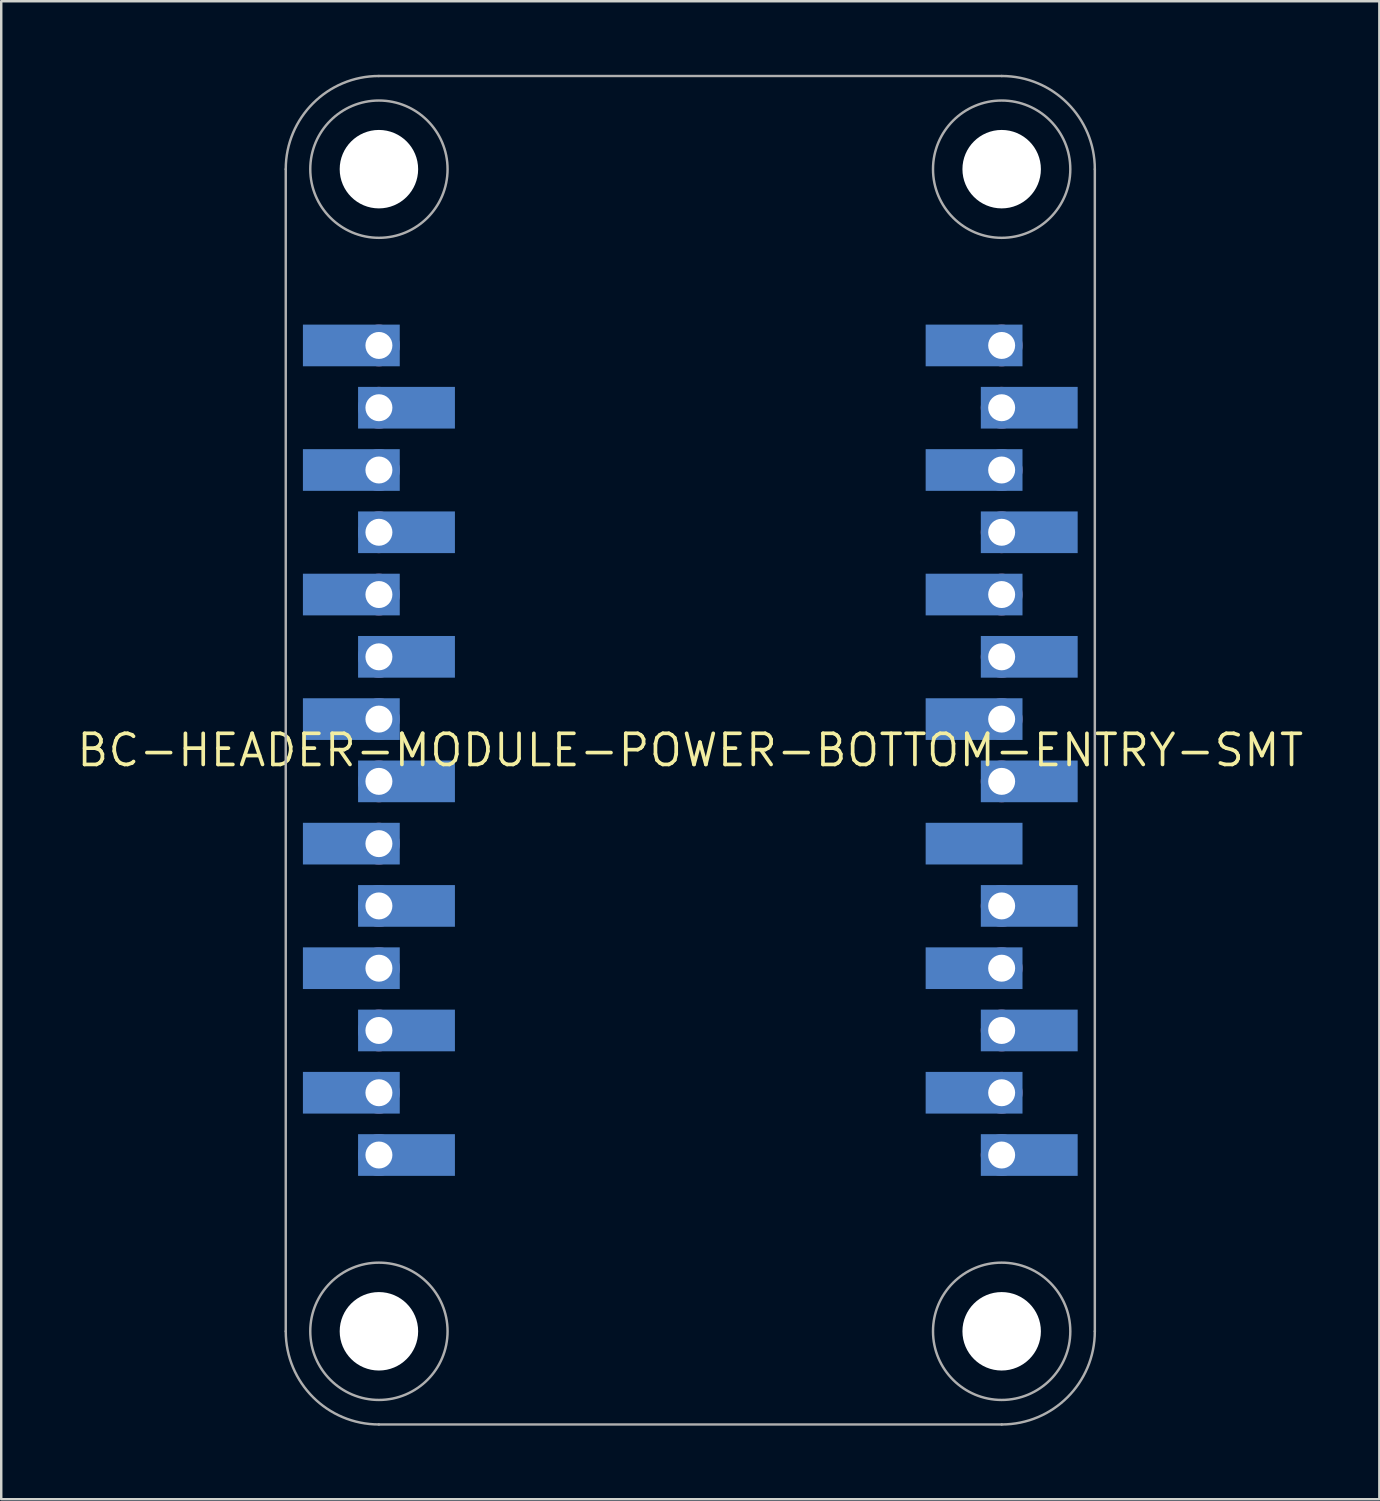
<source format=kicad_pcb>
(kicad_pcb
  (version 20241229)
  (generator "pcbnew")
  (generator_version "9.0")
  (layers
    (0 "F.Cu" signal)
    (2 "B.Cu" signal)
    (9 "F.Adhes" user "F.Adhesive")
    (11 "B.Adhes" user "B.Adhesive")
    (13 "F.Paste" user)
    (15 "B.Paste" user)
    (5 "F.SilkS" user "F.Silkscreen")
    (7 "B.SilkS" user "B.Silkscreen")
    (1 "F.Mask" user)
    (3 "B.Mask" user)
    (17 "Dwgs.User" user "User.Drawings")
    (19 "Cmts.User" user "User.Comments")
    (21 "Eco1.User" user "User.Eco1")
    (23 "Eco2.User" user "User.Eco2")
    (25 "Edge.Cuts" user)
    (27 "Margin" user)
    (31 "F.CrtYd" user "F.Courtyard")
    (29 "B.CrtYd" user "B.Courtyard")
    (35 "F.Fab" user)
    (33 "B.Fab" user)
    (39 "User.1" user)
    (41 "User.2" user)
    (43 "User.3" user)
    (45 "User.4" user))
  (footprint "BC-HEADER-MODULE-POWER-BOTTOM-ENTRY-SMT"
    (layer "F.Cu")
    (at 25.105 27.55)
    (property "Reference" "BC-HEADER-MODULE-POWER-BOTTOM-ENTRY-SMT" (at 0 0 0) (unlocked yes) (layer "F.SilkS") (effects (font (size 1.27 1.27) (thickness 0.15))))
    (fp_circle (center -12.7 -16.51) (end -12.225 -16.51) (stroke (width 0.95) (type solid)) (fill yes) (layer "F.Mask"))
    (fp_circle (center -12.7 -13.97) (end -12.225 -13.97) (stroke (width 0.95) (type solid)) (fill yes) (layer "F.Mask"))
    (fp_circle (center -12.7 -11.43) (end -12.225 -11.43) (stroke (width 0.95) (type solid)) (fill yes) (layer "F.Mask"))
    (fp_circle (center -12.7 -8.89) (end -12.225 -8.89) (stroke (width 0.95) (type solid)) (fill yes) (layer "F.Mask"))
    (fp_circle (center -12.7 -6.35) (end -12.225 -6.35) (stroke (width 0.95) (type solid)) (fill yes) (layer "F.Mask"))
    (fp_circle (center -12.7 -3.81) (end -12.225 -3.81) (stroke (width 0.95) (type solid)) (fill yes) (layer "F.Mask"))
    (fp_circle (center -12.7 -1.27) (end -12.225 -1.27) (stroke (width 0.95) (type solid)) (fill yes) (layer "F.Mask"))
    (fp_circle (center -12.7 1.27) (end -12.225 1.27) (stroke (width 0.95) (type solid)) (fill yes) (layer "F.Mask"))
    (fp_circle (center -12.7 3.81) (end -12.225 3.81) (stroke (width 0.95) (type solid)) (fill yes) (layer "F.Mask"))
    (fp_circle (center -12.7 6.35) (end -12.225 6.35) (stroke (width 0.95) (type solid)) (fill yes) (layer "F.Mask"))
    (fp_circle (center -12.7 8.89) (end -12.225 8.89) (stroke (width 0.95) (type solid)) (fill yes) (layer "F.Mask"))
    (fp_circle (center -12.7 11.43) (end -12.225 11.43) (stroke (width 0.95) (type solid)) (fill yes) (layer "F.Mask"))
    (fp_circle (center -12.7 13.97) (end -12.225 13.97) (stroke (width 0.95) (type solid)) (fill yes) (layer "F.Mask"))
    (fp_circle (center -12.7 16.51) (end -12.225 16.51) (stroke (width 0.95) (type solid)) (fill yes) (layer "F.Mask"))
    (fp_circle (center 12.7 -16.51) (end 13.175 -16.51) (stroke (width 0.95) (type solid)) (fill yes) (layer "F.Mask"))
    (fp_circle (center 12.7 -13.97) (end 13.175 -13.97) (stroke (width 0.95) (type solid)) (fill yes) (layer "F.Mask"))
    (fp_circle (center 12.7 -11.43) (end 13.175 -11.43) (stroke (width 0.95) (type solid)) (fill yes) (layer "F.Mask"))
    (fp_circle (center 12.7 -8.89) (end 13.175 -8.89) (stroke (width 0.95) (type solid)) (fill yes) (layer "F.Mask"))
    (fp_circle (center 12.7 -6.35) (end 13.175 -6.35) (stroke (width 0.95) (type solid)) (fill yes) (layer "F.Mask"))
    (fp_circle (center 12.7 -3.81) (end 13.175 -3.81) (stroke (width 0.95) (type solid)) (fill yes) (layer "F.Mask"))
    (fp_circle (center 12.7 -1.27) (end 13.175 -1.27) (stroke (width 0.95) (type solid)) (fill yes) (layer "F.Mask"))
    (fp_circle (center 12.7 1.27) (end 13.175 1.27) (stroke (width 0.95) (type solid)) (fill yes) (layer "F.Mask"))
    (fp_circle (center 12.7 6.35) (end 13.175 6.35) (stroke (width 0.95) (type solid)) (fill yes) (layer "F.Mask"))
    (fp_circle (center 12.7 8.89) (end 13.175 8.89) (stroke (width 0.95) (type solid)) (fill yes) (layer "F.Mask"))
    (fp_circle (center 12.7 11.43) (end 13.175 11.43) (stroke (width 0.95) (type solid)) (fill yes) (layer "F.Mask"))
    (fp_circle (center 12.7 13.97) (end 13.175 13.97) (stroke (width 0.95) (type solid)) (fill yes) (layer "F.Mask"))
    (fp_circle (center 12.7 16.51) (end 13.175 16.51) (stroke (width 0.95) (type solid)) (fill yes) (layer "F.Mask"))
    (fp_poly (pts (xy -11.85 -15.66) (xy -15.8 -15.66) (xy -15.8 -17.36) (xy -11.85 -17.36)) (stroke (width 0) (type default)) (fill yes) (layer "B.Cu"))
    (fp_poly (pts (xy -11.85 -10.58) (xy -15.8 -10.58) (xy -15.8 -12.28) (xy -11.85 -12.28)) (stroke (width 0) (type default)) (fill yes) (layer "B.Cu"))
    (fp_poly (pts (xy -11.85 -5.5) (xy -15.8 -5.5) (xy -15.8 -7.2) (xy -11.85 -7.2)) (stroke (width 0) (type default)) (fill yes) (layer "B.Cu"))
    (fp_poly (pts (xy -11.85 -0.42) (xy -15.8 -0.42) (xy -15.8 -2.12) (xy -11.85 -2.12)) (stroke (width 0) (type default)) (fill yes) (layer "B.Cu"))
    (fp_poly (pts (xy -11.85 4.66) (xy -15.8 4.66) (xy -15.8 2.96) (xy -11.85 2.96)) (stroke (width 0) (type default)) (fill yes) (layer "B.Cu"))
    (fp_poly (pts (xy -11.85 9.74) (xy -15.8 9.74) (xy -15.8 8.04) (xy -11.85 8.04)) (stroke (width 0) (type default)) (fill yes) (layer "B.Cu"))
    (fp_poly (pts (xy -11.85 14.82) (xy -15.8 14.82) (xy -15.8 13.12) (xy -11.85 13.12)) (stroke (width 0) (type default)) (fill yes) (layer "B.Cu"))
    (fp_poly (pts (xy -9.6 -13.12) (xy -13.55 -13.12) (xy -13.55 -14.82) (xy -9.6 -14.82)) (stroke (width 0) (type default)) (fill yes) (layer "B.Cu"))
    (fp_poly (pts (xy -9.6 -8.04) (xy -13.55 -8.04) (xy -13.55 -9.74) (xy -9.6 -9.74)) (stroke (width 0) (type default)) (fill yes) (layer "B.Cu"))
    (fp_poly (pts (xy -9.6 -2.96) (xy -13.55 -2.96) (xy -13.55 -4.66) (xy -9.6 -4.66)) (stroke (width 0) (type default)) (fill yes) (layer "B.Cu"))
    (fp_poly (pts (xy -9.6 2.12) (xy -13.55 2.12) (xy -13.55 0.42) (xy -9.6 0.42)) (stroke (width 0) (type default)) (fill yes) (layer "B.Cu"))
    (fp_poly (pts (xy -9.6 7.2) (xy -13.55 7.2) (xy -13.55 5.5) (xy -9.6 5.5)) (stroke (width 0) (type default)) (fill yes) (layer "B.Cu"))
    (fp_poly (pts (xy -9.6 12.28) (xy -13.55 12.28) (xy -13.55 10.58) (xy -9.6 10.58)) (stroke (width 0) (type default)) (fill yes) (layer "B.Cu"))
    (fp_poly (pts (xy -9.6 17.36) (xy -13.55 17.36) (xy -13.55 15.66) (xy -9.6 15.66)) (stroke (width 0) (type default)) (fill yes) (layer "B.Cu"))
    (fp_poly (pts (xy 13.55 -15.66) (xy 9.6 -15.66) (xy 9.6 -17.36) (xy 13.55 -17.36)) (stroke (width 0) (type default)) (fill yes) (layer "B.Cu"))
    (fp_poly (pts (xy 13.55 -10.58) (xy 9.6 -10.58) (xy 9.6 -12.28) (xy 13.55 -12.28)) (stroke (width 0) (type default)) (fill yes) (layer "B.Cu"))
    (fp_poly (pts (xy 13.55 -5.5) (xy 9.6 -5.5) (xy 9.6 -7.2) (xy 13.55 -7.2)) (stroke (width 0) (type default)) (fill yes) (layer "B.Cu"))
    (fp_poly (pts (xy 13.55 -0.42) (xy 9.6 -0.42) (xy 9.6 -2.12) (xy 13.55 -2.12)) (stroke (width 0) (type default)) (fill yes) (layer "B.Cu"))
    (fp_poly (pts (xy 13.55 4.66) (xy 9.6 4.66) (xy 9.6 2.96) (xy 13.55 2.96)) (stroke (width 0) (type default)) (fill yes) (layer "B.Cu"))
    (fp_poly (pts (xy 13.55 9.74) (xy 9.6 9.74) (xy 9.6 8.04) (xy 13.55 8.04)) (stroke (width 0) (type default)) (fill yes) (layer "B.Cu"))
    (fp_poly (pts (xy 13.55 14.82) (xy 9.6 14.82) (xy 9.6 13.12) (xy 13.55 13.12)) (stroke (width 0) (type default)) (fill yes) (layer "B.Cu"))
    (fp_poly (pts (xy 15.8 -13.12) (xy 11.85 -13.12) (xy 11.85 -14.82) (xy 15.8 -14.82)) (stroke (width 0) (type default)) (fill yes) (layer "B.Cu"))
    (fp_poly (pts (xy 15.8 -8.04) (xy 11.85 -8.04) (xy 11.85 -9.74) (xy 15.8 -9.74)) (stroke (width 0) (type default)) (fill yes) (layer "B.Cu"))
    (fp_poly (pts (xy 15.8 -2.96) (xy 11.85 -2.96) (xy 11.85 -4.66) (xy 15.8 -4.66)) (stroke (width 0) (type default)) (fill yes) (layer "B.Cu"))
    (fp_poly (pts (xy 15.8 2.12) (xy 11.85 2.12) (xy 11.85 0.42) (xy 15.8 0.42)) (stroke (width 0) (type default)) (fill yes) (layer "B.Cu"))
    (fp_poly (pts (xy 15.8 7.2) (xy 11.85 7.2) (xy 11.85 5.5) (xy 15.8 5.5)) (stroke (width 0) (type default)) (fill yes) (layer "B.Cu"))
    (fp_poly (pts (xy 15.8 12.28) (xy 11.85 12.28) (xy 11.85 10.58) (xy 15.8 10.58)) (stroke (width 0) (type default)) (fill yes) (layer "B.Cu"))
    (fp_poly (pts (xy 15.8 17.36) (xy 11.85 17.36) (xy 11.85 15.66) (xy 15.8 15.66)) (stroke (width 0) (type default)) (fill yes) (layer "B.Cu"))
    (fp_circle (center -12.7 -16.51) (end -12.375 -16.51) (stroke (width 0.65) (type solid)) (fill yes) (layer "B.Mask"))
    (fp_circle (center -12.7 -13.97) (end -12.375 -13.97) (stroke (width 0.65) (type solid)) (fill yes) (layer "B.Mask"))
    (fp_circle (center -12.7 -11.43) (end -12.375 -11.43) (stroke (width 0.65) (type solid)) (fill yes) (layer "B.Mask"))
    (fp_circle (center -12.7 -8.89) (end -12.375 -8.89) (stroke (width 0.65) (type solid)) (fill yes) (layer "B.Mask"))
    (fp_circle (center -12.7 -6.35) (end -12.375 -6.35) (stroke (width 0.65) (type solid)) (fill yes) (layer "B.Mask"))
    (fp_circle (center -12.7 -3.81) (end -12.375 -3.81) (stroke (width 0.65) (type solid)) (fill yes) (layer "B.Mask"))
    (fp_circle (center -12.7 -1.27) (end -12.375 -1.27) (stroke (width 0.65) (type solid)) (fill yes) (layer "B.Mask"))
    (fp_circle (center -12.7 1.27) (end -12.375 1.27) (stroke (width 0.65) (type solid)) (fill yes) (layer "B.Mask"))
    (fp_circle (center -12.7 3.81) (end -12.375 3.81) (stroke (width 0.65) (type solid)) (fill yes) (layer "B.Mask"))
    (fp_circle (center -12.7 6.35) (end -12.375 6.35) (stroke (width 0.65) (type solid)) (fill yes) (layer "B.Mask"))
    (fp_circle (center -12.7 8.89) (end -12.375 8.89) (stroke (width 0.65) (type solid)) (fill yes) (layer "B.Mask"))
    (fp_circle (center -12.7 11.43) (end -12.375 11.43) (stroke (width 0.65) (type solid)) (fill yes) (layer "B.Mask"))
    (fp_circle (center -12.7 13.97) (end -12.375 13.97) (stroke (width 0.65) (type solid)) (fill yes) (layer "B.Mask"))
    (fp_circle (center -12.7 16.51) (end -12.375 16.51) (stroke (width 0.65) (type solid)) (fill yes) (layer "B.Mask"))
    (fp_circle (center 12.7 -16.51) (end 13.025 -16.51) (stroke (width 0.65) (type solid)) (fill yes) (layer "B.Mask"))
    (fp_circle (center 12.7 -13.97) (end 13.025 -13.97) (stroke (width 0.65) (type solid)) (fill yes) (layer "B.Mask"))
    (fp_circle (center 12.7 -11.43) (end 13.025 -11.43) (stroke (width 0.65) (type solid)) (fill yes) (layer "B.Mask"))
    (fp_circle (center 12.7 -8.89) (end 13.025 -8.89) (stroke (width 0.65) (type solid)) (fill yes) (layer "B.Mask"))
    (fp_circle (center 12.7 -6.35) (end 13.025 -6.35) (stroke (width 0.65) (type solid)) (fill yes) (layer "B.Mask"))
    (fp_circle (center 12.7 -3.81) (end 13.025 -3.81) (stroke (width 0.65) (type solid)) (fill yes) (layer "B.Mask"))
    (fp_circle (center 12.7 -1.27) (end 13.025 -1.27) (stroke (width 0.65) (type solid)) (fill yes) (layer "B.Mask"))
    (fp_circle (center 12.7 1.27) (end 13.025 1.27) (stroke (width 0.65) (type solid)) (fill yes) (layer "B.Mask"))
    (fp_circle (center 12.7 3.81) (end 13.025 3.81) (stroke (width 0.65) (type solid)) (fill yes) (layer "B.Mask"))
    (fp_circle (center 12.7 6.35) (end 13.025 6.35) (stroke (width 0.65) (type solid)) (fill yes) (layer "B.Mask"))
    (fp_circle (center 12.7 8.89) (end 13.025 8.89) (stroke (width 0.65) (type solid)) (fill yes) (layer "B.Mask"))
    (fp_circle (center 12.7 11.43) (end 13.025 11.43) (stroke (width 0.65) (type solid)) (fill yes) (layer "B.Mask"))
    (fp_circle (center 12.7 13.97) (end 13.025 13.97) (stroke (width 0.65) (type solid)) (fill yes) (layer "B.Mask"))
    (fp_circle (center 12.7 16.51) (end 13.025 16.51) (stroke (width 0.65) (type solid)) (fill yes) (layer "B.Mask"))
    (fp_poly (pts (xy -15.9 -15.56) (xy -13.5 -15.56) (xy -13.5 -17.46) (xy -15.9 -17.46)) (stroke (width 0) (type default)) (fill yes) (layer "B.Mask"))
    (fp_poly (pts (xy -15.9 -10.48) (xy -13.5 -10.48) (xy -13.5 -12.38) (xy -15.9 -12.38)) (stroke (width 0) (type default)) (fill yes) (layer "B.Mask"))
    (fp_poly (pts (xy -15.9 -5.4) (xy -13.5 -5.4) (xy -13.5 -7.3) (xy -15.9 -7.3)) (stroke (width 0) (type default)) (fill yes) (layer "B.Mask"))
    (fp_poly (pts (xy -15.9 -0.32) (xy -13.5 -0.32) (xy -13.5 -2.22) (xy -15.9 -2.22)) (stroke (width 0) (type default)) (fill yes) (layer "B.Mask"))
    (fp_poly (pts (xy -15.9 4.76) (xy -13.5 4.76) (xy -13.5 2.86) (xy -15.9 2.86)) (stroke (width 0) (type default)) (fill yes) (layer "B.Mask"))
    (fp_poly (pts (xy -15.9 9.84) (xy -13.5 9.84) (xy -13.5 7.94) (xy -15.9 7.94)) (stroke (width 0) (type default)) (fill yes) (layer "B.Mask"))
    (fp_poly (pts (xy -15.9 14.92) (xy -13.5 14.92) (xy -13.5 13.02) (xy -15.9 13.02)) (stroke (width 0) (type default)) (fill yes) (layer "B.Mask"))
    (fp_poly (pts (xy -9.5 -14.92) (xy -11.9 -14.92) (xy -11.9 -13.02) (xy -9.5 -13.02)) (stroke (width 0) (type default)) (fill yes) (layer "B.Mask"))
    (fp_poly (pts (xy -9.5 -9.84) (xy -11.9 -9.84) (xy -11.9 -7.94) (xy -9.5 -7.94)) (stroke (width 0) (type default)) (fill yes) (layer "B.Mask"))
    (fp_poly (pts (xy -9.5 -4.76) (xy -11.9 -4.76) (xy -11.9 -2.86) (xy -9.5 -2.86)) (stroke (width 0) (type default)) (fill yes) (layer "B.Mask"))
    (fp_poly (pts (xy -9.5 0.32) (xy -11.9 0.32) (xy -11.9 2.22) (xy -9.5 2.22)) (stroke (width 0) (type default)) (fill yes) (layer "B.Mask"))
    (fp_poly (pts (xy -9.5 5.4) (xy -11.9 5.4) (xy -11.9 7.3) (xy -9.5 7.3)) (stroke (width 0) (type default)) (fill yes) (layer "B.Mask"))
    (fp_poly (pts (xy -9.5 10.48) (xy -11.9 10.48) (xy -11.9 12.38) (xy -9.5 12.38)) (stroke (width 0) (type default)) (fill yes) (layer "B.Mask"))
    (fp_poly (pts (xy -9.5 15.56) (xy -11.9 15.56) (xy -11.9 17.46) (xy -9.5 17.46)) (stroke (width 0) (type default)) (fill yes) (layer "B.Mask"))
    (fp_poly (pts (xy 9.5 -15.56) (xy 11.9 -15.56) (xy 11.9 -17.46) (xy 9.5 -17.46)) (stroke (width 0) (type default)) (fill yes) (layer "B.Mask"))
    (fp_poly (pts (xy 9.5 -10.48) (xy 11.9 -10.48) (xy 11.9 -12.38) (xy 9.5 -12.38)) (stroke (width 0) (type default)) (fill yes) (layer "B.Mask"))
    (fp_poly (pts (xy 9.5 -5.4) (xy 11.9 -5.4) (xy 11.9 -7.3) (xy 9.5 -7.3)) (stroke (width 0) (type default)) (fill yes) (layer "B.Mask"))
    (fp_poly (pts (xy 9.5 -0.32) (xy 11.9 -0.32) (xy 11.9 -2.22) (xy 9.5 -2.22)) (stroke (width 0) (type default)) (fill yes) (layer "B.Mask"))
    (fp_poly (pts (xy 9.5 4.76) (xy 11.9 4.76) (xy 11.9 2.86) (xy 9.5 2.86)) (stroke (width 0) (type default)) (fill yes) (layer "B.Mask"))
    (fp_poly (pts (xy 9.5 9.84) (xy 11.9 9.84) (xy 11.9 7.94) (xy 9.5 7.94)) (stroke (width 0) (type default)) (fill yes) (layer "B.Mask"))
    (fp_poly (pts (xy 9.5 14.92) (xy 11.9 14.92) (xy 11.9 13.02) (xy 9.5 13.02)) (stroke (width 0) (type default)) (fill yes) (layer "B.Mask"))
    (fp_poly (pts (xy 15.9 -14.92) (xy 13.5 -14.92) (xy 13.5 -13.02) (xy 15.9 -13.02)) (stroke (width 0) (type default)) (fill yes) (layer "B.Mask"))
    (fp_poly (pts (xy 15.9 -9.84) (xy 13.5 -9.84) (xy 13.5 -7.94) (xy 15.9 -7.94)) (stroke (width 0) (type default)) (fill yes) (layer "B.Mask"))
    (fp_poly (pts (xy 15.9 -4.76) (xy 13.5 -4.76) (xy 13.5 -2.86) (xy 15.9 -2.86)) (stroke (width 0) (type default)) (fill yes) (layer "B.Mask"))
    (fp_poly (pts (xy 15.9 0.32) (xy 13.5 0.32) (xy 13.5 2.22) (xy 15.9 2.22)) (stroke (width 0) (type default)) (fill yes) (layer "B.Mask"))
    (fp_poly (pts (xy 15.9 5.4) (xy 13.5 5.4) (xy 13.5 7.3) (xy 15.9 7.3)) (stroke (width 0) (type default)) (fill yes) (layer "B.Mask"))
    (fp_poly (pts (xy 15.9 10.48) (xy 13.5 10.48) (xy 13.5 12.38) (xy 15.9 12.38)) (stroke (width 0) (type default)) (fill yes) (layer "B.Mask"))
    (fp_poly (pts (xy 15.9 15.56) (xy 13.5 15.56) (xy 13.5 17.46) (xy 15.9 17.46)) (stroke (width 0) (type default)) (fill yes) (layer "B.Mask"))
    (fp_poly (pts (xy -15.7 -15.86) (xy -13.6 -15.86) (xy -13.6 -17.16) (xy -15.7 -17.16)) (stroke (width 0) (type default)) (fill yes) (layer "B.Paste"))
    (fp_poly (pts (xy -13.6 -12.08) (xy -15.7 -12.08) (xy -15.7 -10.78) (xy -13.6 -10.78)) (stroke (width 0) (type default)) (fill yes) (layer "B.Paste"))
    (fp_poly (pts (xy -13.6 -7) (xy -15.7 -7) (xy -15.7 -5.7) (xy -13.6 -5.7)) (stroke (width 0) (type default)) (fill yes) (layer "B.Paste"))
    (fp_poly (pts (xy -13.6 -1.92) (xy -15.7 -1.92) (xy -15.7 -0.62) (xy -13.6 -0.62)) (stroke (width 0) (type default)) (fill yes) (layer "B.Paste"))
    (fp_poly (pts (xy -13.6 3.16) (xy -15.7 3.16) (xy -15.7 4.46) (xy -13.6 4.46)) (stroke (width 0) (type default)) (fill yes) (layer "B.Paste"))
    (fp_poly (pts (xy -13.6 8.24) (xy -15.7 8.24) (xy -15.7 9.54) (xy -13.6 9.54)) (stroke (width 0) (type default)) (fill yes) (layer "B.Paste"))
    (fp_poly (pts (xy -13.6 13.32) (xy -15.7 13.32) (xy -15.7 14.62) (xy -13.6 14.62)) (stroke (width 0) (type default)) (fill yes) (layer "B.Paste"))
    (fp_poly (pts (xy -11.8 12.08) (xy -9.7 12.08) (xy -9.7 10.78) (xy -11.8 10.78)) (stroke (width 0) (type default)) (fill yes) (layer "B.Paste"))
    (fp_poly (pts (xy -11.8 17.16) (xy -9.7 17.16) (xy -9.7 15.86) (xy -11.8 15.86)) (stroke (width 0) (type default)) (fill yes) (layer "B.Paste"))
    (fp_poly (pts (xy -9.7 -14.62) (xy -11.8 -14.62) (xy -11.8 -13.32) (xy -9.7 -13.32)) (stroke (width 0) (type default)) (fill yes) (layer "B.Paste"))
    (fp_poly (pts (xy -9.7 -9.54) (xy -11.8 -9.54) (xy -11.8 -8.24) (xy -9.7 -8.24)) (stroke (width 0) (type default)) (fill yes) (layer "B.Paste"))
    (fp_poly (pts (xy -9.7 -4.46) (xy -11.8 -4.46) (xy -11.8 -3.16) (xy -9.7 -3.16)) (stroke (width 0) (type default)) (fill yes) (layer "B.Paste"))
    (fp_poly (pts (xy -9.7 0.62) (xy -11.8 0.62) (xy -11.8 1.92) (xy -9.7 1.92)) (stroke (width 0) (type default)) (fill yes) (layer "B.Paste"))
    (fp_poly (pts (xy -9.7 5.7) (xy -11.8 5.7) (xy -11.8 7) (xy -9.7 7)) (stroke (width 0) (type default)) (fill yes) (layer "B.Paste"))
    (fp_poly (pts (xy 9.7 -15.86) (xy 11.8 -15.86) (xy 11.8 -17.16) (xy 9.7 -17.16)) (stroke (width 0) (type default)) (fill yes) (layer "B.Paste"))
    (fp_poly (pts (xy 11.8 -12.08) (xy 9.7 -12.08) (xy 9.7 -10.78) (xy 11.8 -10.78)) (stroke (width 0) (type default)) (fill yes) (layer "B.Paste"))
    (fp_poly (pts (xy 11.8 -7) (xy 9.7 -7) (xy 9.7 -5.7) (xy 11.8 -5.7)) (stroke (width 0) (type default)) (fill yes) (layer "B.Paste"))
    (fp_poly (pts (xy 11.8 -1.92) (xy 9.7 -1.92) (xy 9.7 -0.62) (xy 11.8 -0.62)) (stroke (width 0) (type default)) (fill yes) (layer "B.Paste"))
    (fp_poly (pts (xy 11.8 3.16) (xy 9.7 3.16) (xy 9.7 4.46) (xy 11.8 4.46)) (stroke (width 0) (type default)) (fill yes) (layer "B.Paste"))
    (fp_poly (pts (xy 11.8 8.24) (xy 9.7 8.24) (xy 9.7 9.54) (xy 11.8 9.54)) (stroke (width 0) (type default)) (fill yes) (layer "B.Paste"))
    (fp_poly (pts (xy 11.8 13.32) (xy 9.7 13.32) (xy 9.7 14.62) (xy 11.8 14.62)) (stroke (width 0) (type default)) (fill yes) (layer "B.Paste"))
    (fp_poly (pts (xy 13.6 12.08) (xy 15.7 12.08) (xy 15.7 10.78) (xy 13.6 10.78)) (stroke (width 0) (type default)) (fill yes) (layer "B.Paste"))
    (fp_poly (pts (xy 13.6 17.16) (xy 15.7 17.16) (xy 15.7 15.86) (xy 13.6 15.86)) (stroke (width 0) (type default)) (fill yes) (layer "B.Paste"))
    (fp_poly (pts (xy 15.7 -14.62) (xy 13.6 -14.62) (xy 13.6 -13.32) (xy 15.7 -13.32)) (stroke (width 0) (type default)) (fill yes) (layer "B.Paste"))
    (fp_poly (pts (xy 15.7 -9.54) (xy 13.6 -9.54) (xy 13.6 -8.24) (xy 15.7 -8.24)) (stroke (width 0) (type default)) (fill yes) (layer "B.Paste"))
    (fp_poly (pts (xy 15.7 -4.46) (xy 13.6 -4.46) (xy 13.6 -3.16) (xy 15.7 -3.16)) (stroke (width 0) (type default)) (fill yes) (layer "B.Paste"))
    (fp_poly (pts (xy 15.7 0.62) (xy 13.6 0.62) (xy 13.6 1.92) (xy 15.7 1.92)) (stroke (width 0) (type default)) (fill yes) (layer "B.Paste"))
    (fp_poly (pts (xy 15.7 5.7) (xy 13.6 5.7) (xy 13.6 7) (xy 15.7 7)) (stroke (width 0) (type default)) (fill yes) (layer "B.Paste"))
    (fp_line (start -16.5 23.7) (end -16.5 -23.7) (stroke (width 0.1) (type solid)) (layer "F.Fab"))
    (fp_line (start -12.7 -27.5) (end 12.7 -27.5) (stroke (width 0.1) (type solid)) (layer "F.Fab"))
    (fp_line (start 12.7 27.5) (end -12.7 27.5) (stroke (width 0.1) (type solid)) (layer "F.Fab"))
    (fp_line (start 16.5 -23.7) (end 16.5 23.7) (stroke (width 0.1) (type solid)) (layer "F.Fab"))
    (fp_arc (start -16.5 -23.7) (mid -15.387006 -26.387006) (end -12.7 -27.5) (stroke (width 0.1) (type solid)) (layer "F.Fab"))
    (fp_arc (start -12.7 27.5) (mid -15.387006 26.387006) (end -16.5 23.7) (stroke (width 0.1) (type solid)) (layer "F.Fab"))
    (fp_arc (start 12.7 -27.5) (mid 15.387006 -26.387006) (end 16.5 -23.7) (stroke (width 0.1) (type solid)) (layer "F.Fab"))
    (fp_arc (start 16.5 23.7) (mid 15.387006 26.387006) (end 12.7 27.5) (stroke (width 0.1) (type solid)) (layer "F.Fab"))
    (fp_circle (center -12.7 -23.7) (end -9.9 -23.7) (stroke (width 0.1) (type solid)) (fill no) (layer "F.Fab"))
    (fp_circle (center -12.7 23.7) (end -9.9 23.7) (stroke (width 0.1) (type solid)) (fill no) (layer "F.Fab"))
    (fp_circle (center 12.7 -23.7) (end 15.5 -23.7) (stroke (width 0.1) (type solid)) (fill no) (layer "F.Fab"))
    (fp_circle (center 12.7 23.7) (end 15.5 23.7) (stroke (width 0.1) (type solid)) (fill no) (layer "F.Fab"))
    (pad "" np_thru_hole circle (at -12.7 -23.7) (size 3.2 3.2) (drill 3.2) (layers "*.Cu" "*.Mask"))
    (pad "" np_thru_hole circle (at -12.7 23.7) (size 3.2 3.2) (drill 3.2) (layers "*.Cu" "*.Mask"))
    (pad "" np_thru_hole circle (at 12.7 -23.7) (size 3.2 3.2) (drill 3.2) (layers "*.Cu" "*.Mask"))
    (pad "" np_thru_hole circle (at 12.7 23.7) (size 3.2 3.2) (drill 3.2) (layers "*.Cu" "*.Mask"))
    (pad "1" thru_hole circle (at -12.7 -16.51 270) (size 1.7 1.7) (drill 1.1) (layers "*.Cu"))
    (pad "2" thru_hole circle (at -12.7 -13.97 270) (size 1.7 1.7) (drill 1.1) (layers "*.Cu"))
    (pad "3" thru_hole circle (at -12.7 -11.43 270) (size 1.7 1.7) (drill 1.1) (layers "*.Cu"))
    (pad "4" thru_hole circle (at -12.7 -8.89 270) (size 1.7 1.7) (drill 1.1) (layers "*.Cu"))
    (pad "5" thru_hole circle (at -12.7 -6.35 270) (size 1.7 1.7) (drill 1.1) (layers "*.Cu"))
    (pad "6" thru_hole circle (at -12.7 -3.81 270) (size 1.7 1.7) (drill 1.1) (layers "*.Cu"))
    (pad "7" thru_hole circle (at -12.7 -1.27 270) (size 1.7 1.7) (drill 1.1) (layers "*.Cu"))
    (pad "8" thru_hole circle (at -12.7 1.27 270) (size 1.7 1.7) (drill 1.1) (layers "*.Cu"))
    (pad "9" thru_hole circle (at -12.7 3.81 270) (size 1.7 1.7) (drill 1.1) (layers "*.Cu"))
    (pad "10" thru_hole circle (at -12.7 6.35 270) (size 1.7 1.7) (drill 1.1) (layers "*.Cu"))
    (pad "11" thru_hole circle (at -12.7 8.89 270) (size 1.7 1.7) (drill 1.1) (layers "*.Cu"))
    (pad "12" thru_hole circle (at -12.7 11.43 270) (size 1.7 1.7) (drill 1.1) (layers "*.Cu"))
    (pad "13" thru_hole circle (at -12.7 13.97 270) (size 1.7 1.7) (drill 1.1) (layers "*.Cu"))
    (pad "14" thru_hole circle (at -12.7 16.51 270) (size 1.7 1.7) (drill 1.1) (layers "*.Cu"))
    (pad "15" thru_hole circle (at 12.7 16.51 90) (size 1.7 1.7) (drill 1.1) (layers "*.Cu"))
    (pad "16" thru_hole circle (at 12.7 13.97 90) (size 1.7 1.7) (drill 1.1) (layers "*.Cu"))
    (pad "17" thru_hole circle (at 12.7 11.43 90) (size 1.7 1.7) (drill 1.1) (layers "*.Cu"))
    (pad "18" thru_hole circle (at 12.7 8.89 90) (size 1.7 1.7) (drill 1.1) (layers "*.Cu"))
    (pad "19" thru_hole circle (at 12.7 6.35 90) (size 1.7 1.7) (drill 1.1) (layers "*.Cu"))
    (pad "21" thru_hole circle (at 12.7 1.27 90) (size 1.7 1.7) (drill 1.1) (layers "*.Cu"))
    (pad "22" thru_hole circle (at 12.7 -1.27 90) (size 1.7 1.7) (drill 1.1) (layers "*.Cu"))
    (pad "23" thru_hole circle (at 12.7 -3.81 90) (size 1.7 1.7) (drill 1.1) (layers "*.Cu"))
    (pad "24" thru_hole circle (at 12.7 -6.35 90) (size 1.7 1.7) (drill 1.1) (layers "*.Cu"))
    (pad "25" thru_hole circle (at 12.7 -8.89 90) (size 1.7 1.7) (drill 1.1) (layers "*.Cu"))
    (pad "26" thru_hole circle (at 12.7 -11.43 90) (size 1.7 1.7) (drill 1.1) (layers "*.Cu"))
    (pad "27" thru_hole circle (at 12.7 -13.97 90) (size 1.7 1.7) (drill 1.1) (layers "*.Cu"))
    (pad "28" thru_hole circle (at 12.7 -16.51 90) (size 1.7 1.7) (drill 1.1) (layers "*.Cu"))
    (zone (net_name "") (layer "F.Cu") (hatch edge 0.5) (connect_pads) (min_thickness 0.25) (filled_areas_thickness no) (keepout (tracks not_allowed) (vias not_allowed) (pads not_allowed) (copperpour not_allowed) (footprints allowed)) (placement (enabled no)) (fill) (polygon (pts (xy 8.705 48.15) (xy 12.405 48.15) (xy 12.752 48.169) (xy 13.095 48.228) (xy 13.429 48.324) (xy 13.75 48.457) (xy 14.054 48.625) (xy 14.338 48.826) (xy 14.597 49.058) (xy 14.829 49.317) (xy 15.03 49.601) (xy 15.198 49.905) (xy 15.331 50.226) (xy 15.427 50.56) (xy 15.505 51.25) (xy 15.505 54.95) (xy 12.405 54.95) (xy 12.018 54.93) (xy 11.636 54.869) (xy 11.262 54.769) (xy 10.9 54.63) (xy 10.555 54.454) (xy 10.23 54.243) (xy 9.929 54) (xy 9.655 53.726) (xy 9.412 53.425) (xy 9.201 53.1) (xy 9.025 52.755) (xy 8.886 52.393) (xy 8.786 52.019) (xy 8.705 51.25))))
    (zone (net_name "") (layer "F.Cu") (hatch edge 0.5) (connect_pads) (min_thickness 0.25) (filled_areas_thickness no) (keepout (tracks not_allowed) (vias not_allowed) (pads not_allowed) (copperpour not_allowed) (footprints allowed)) (placement (enabled no)) (fill) (polygon (pts (xy 15.505 0.15) (xy 15.505 3.85) (xy 15.485 4.197) (xy 15.427 4.54) (xy 15.331 4.874) (xy 15.198 5.195) (xy 15.03 5.499) (xy 14.829 5.783) (xy 14.597 6.042) (xy 14.338 6.274) (xy 14.054 6.475) (xy 13.75 6.643) (xy 13.429 6.776) (xy 13.095 6.872) (xy 12.405 6.95) (xy 8.705 6.95) (xy 8.705 3.85) (xy 8.725 3.463) (xy 8.786 3.081) (xy 8.886 2.707) (xy 9.025 2.345) (xy 9.201 2) (xy 9.412 1.675) (xy 9.655 1.374) (xy 9.929 1.1) (xy 10.23 0.857) (xy 10.555 0.646) (xy 10.9 0.47) (xy 11.262 0.331) (xy 11.636 0.231) (xy 12.405 0.15))))
    (zone (net_name "") (layer "F.Cu") (hatch edge 0.5) (connect_pads) (min_thickness 0.25) (filled_areas_thickness no) (keepout (tracks not_allowed) (vias not_allowed) (pads not_allowed) (copperpour not_allowed) (footprints allowed)) (placement (enabled no)) (fill) (polygon (pts (xy 34.705 54.95) (xy 34.705 51.25) (xy 34.724 50.903) (xy 34.783 50.56) (xy 34.879 50.226) (xy 35.012 49.905) (xy 35.18 49.601) (xy 35.381 49.317) (xy 35.613 49.058) (xy 35.872 48.826) (xy 36.156 48.625) (xy 36.46 48.457) (xy 36.781 48.324) (xy 37.115 48.228) (xy 37.805 48.15) (xy 41.505 48.15) (xy 41.505 51.25) (xy 41.485 51.637) (xy 41.424 52.019) (xy 41.324 52.393) (xy 41.185 52.755) (xy 41.009 53.1) (xy 40.798 53.425) (xy 40.555 53.726) (xy 40.281 54) (xy 39.98 54.243) (xy 39.655 54.454) (xy 39.31 54.63) (xy 38.948 54.769) (xy 38.574 54.869) (xy 38.192 54.93) (xy 37.805 54.95))))
    (zone (net_name "") (layer "F.Cu") (hatch edge 0.5) (connect_pads) (min_thickness 0.25) (filled_areas_thickness no) (keepout (tracks not_allowed) (vias not_allowed) (pads not_allowed) (copperpour not_allowed) (footprints allowed)) (placement (enabled no)) (fill) (polygon (pts (xy 41.505 6.95) (xy 37.805 6.95) (xy 37.458 6.931) (xy 37.115 6.872) (xy 36.781 6.776) (xy 36.46 6.643) (xy 36.156 6.475) (xy 35.872 6.274) (xy 35.613 6.042) (xy 35.381 5.783) (xy 35.18 5.499) (xy 35.012 5.195) (xy 34.879 4.874) (xy 34.783 4.54) (xy 34.705 3.85) (xy 34.705 0.15) (xy 37.805 0.15) (xy 38.192 0.17) (xy 38.574 0.231) (xy 38.948 0.331) (xy 39.31 0.47) (xy 39.655 0.646) (xy 39.98 0.857) (xy 40.281 1.1) (xy 40.555 1.374) (xy 40.798 1.675) (xy 41.009 2) (xy 41.185 2.345) (xy 41.324 2.707) (xy 41.424 3.081) (xy 41.485 3.463) (xy 41.505 3.85))))
    (zone (net_name "") (layer "B.Cu") (hatch edge 0.5) (connect_pads) (min_thickness 0.25) (filled_areas_thickness no) (keepout (tracks not_allowed) (vias not_allowed) (pads not_allowed) (copperpour not_allowed) (footprints allowed)) (placement (enabled no)) (fill) (polygon (pts (xy 8.705 48.15) (xy 12.405 48.15) (xy 12.752 48.169) (xy 13.095 48.228) (xy 13.429 48.324) (xy 13.75 48.457) (xy 14.054 48.625) (xy 14.338 48.826) (xy 14.597 49.058) (xy 14.829 49.317) (xy 15.03 49.601) (xy 15.198 49.905) (xy 15.331 50.226) (xy 15.427 50.56) (xy 15.505 51.25) (xy 15.505 54.95) (xy 12.405 54.95) (xy 12.018 54.93) (xy 11.636 54.869) (xy 11.262 54.769) (xy 10.9 54.63) (xy 10.555 54.454) (xy 10.23 54.243) (xy 9.929 54) (xy 9.655 53.726) (xy 9.412 53.425) (xy 9.201 53.1) (xy 9.025 52.755) (xy 8.886 52.393) (xy 8.786 52.019) (xy 8.705 51.25))))
    (zone (net_name "") (layer "B.Cu") (hatch edge 0.5) (connect_pads) (min_thickness 0.25) (filled_areas_thickness no) (keepout (tracks not_allowed) (vias not_allowed) (pads not_allowed) (copperpour not_allowed) (footprints allowed)) (placement (enabled no)) (fill) (polygon (pts (xy 15.505 0.15) (xy 15.505 3.85) (xy 15.485 4.197) (xy 15.427 4.54) (xy 15.331 4.874) (xy 15.198 5.195) (xy 15.03 5.499) (xy 14.829 5.783) (xy 14.597 6.042) (xy 14.338 6.274) (xy 14.054 6.475) (xy 13.75 6.643) (xy 13.429 6.776) (xy 13.095 6.872) (xy 12.405 6.95) (xy 8.705 6.95) (xy 8.705 3.85) (xy 8.725 3.463) (xy 8.786 3.081) (xy 8.886 2.707) (xy 9.025 2.345) (xy 9.201 2) (xy 9.412 1.675) (xy 9.655 1.374) (xy 9.929 1.1) (xy 10.23 0.857) (xy 10.555 0.646) (xy 10.9 0.47) (xy 11.262 0.331) (xy 11.636 0.231) (xy 12.405 0.15))))
    (zone (net_name "") (layer "B.Cu") (hatch edge 0.5) (connect_pads) (min_thickness 0.25) (filled_areas_thickness no) (keepout (tracks not_allowed) (vias not_allowed) (pads not_allowed) (copperpour not_allowed) (footprints allowed)) (placement (enabled no)) (fill) (polygon (pts (xy 34.705 54.95) (xy 34.705 51.25) (xy 34.724 50.903) (xy 34.783 50.56) (xy 34.879 50.226) (xy 35.012 49.905) (xy 35.18 49.601) (xy 35.381 49.317) (xy 35.613 49.058) (xy 35.872 48.826) (xy 36.156 48.625) (xy 36.46 48.457) (xy 36.781 48.324) (xy 37.115 48.228) (xy 37.805 48.15) (xy 41.505 48.15) (xy 41.505 51.25) (xy 41.485 51.637) (xy 41.424 52.019) (xy 41.324 52.393) (xy 41.185 52.755) (xy 41.009 53.1) (xy 40.798 53.425) (xy 40.555 53.726) (xy 40.281 54) (xy 39.98 54.243) (xy 39.655 54.454) (xy 39.31 54.63) (xy 38.948 54.769) (xy 38.574 54.869) (xy 38.192 54.93) (xy 37.805 54.95))))
    (zone (net_name "") (layer "B.Cu") (hatch edge 0.5) (connect_pads) (min_thickness 0.25) (filled_areas_thickness no) (keepout (tracks not_allowed) (vias not_allowed) (pads not_allowed) (copperpour not_allowed) (footprints allowed)) (placement (enabled no)) (fill) (polygon (pts (xy 41.505 6.95) (xy 37.805 6.95) (xy 37.458 6.931) (xy 37.115 6.872) (xy 36.781 6.776) (xy 36.46 6.643) (xy 36.156 6.475) (xy 35.872 6.274) (xy 35.613 6.042) (xy 35.381 5.783) (xy 35.18 5.499) (xy 35.012 5.195) (xy 34.879 4.874) (xy 34.783 4.54) (xy 34.705 3.85) (xy 34.705 0.15) (xy 37.805 0.15) (xy 38.192 0.17) (xy 38.574 0.231) (xy 38.948 0.331) (xy 39.31 0.47) (xy 39.655 0.646) (xy 39.98 0.857) (xy 40.281 1.1) (xy 40.555 1.374) (xy 40.798 1.675) (xy 41.009 2) (xy 41.185 2.345) (xy 41.324 2.707) (xy 41.424 3.081) (xy 41.485 3.463) (xy 41.505 3.85)))))
  (gr_rect
    (start -3 -3)
    (end 53.21 58.1)
    (stroke (width 0.1) (type default))
    (fill no)
    (layer "Edge.Cuts")))
</source>
